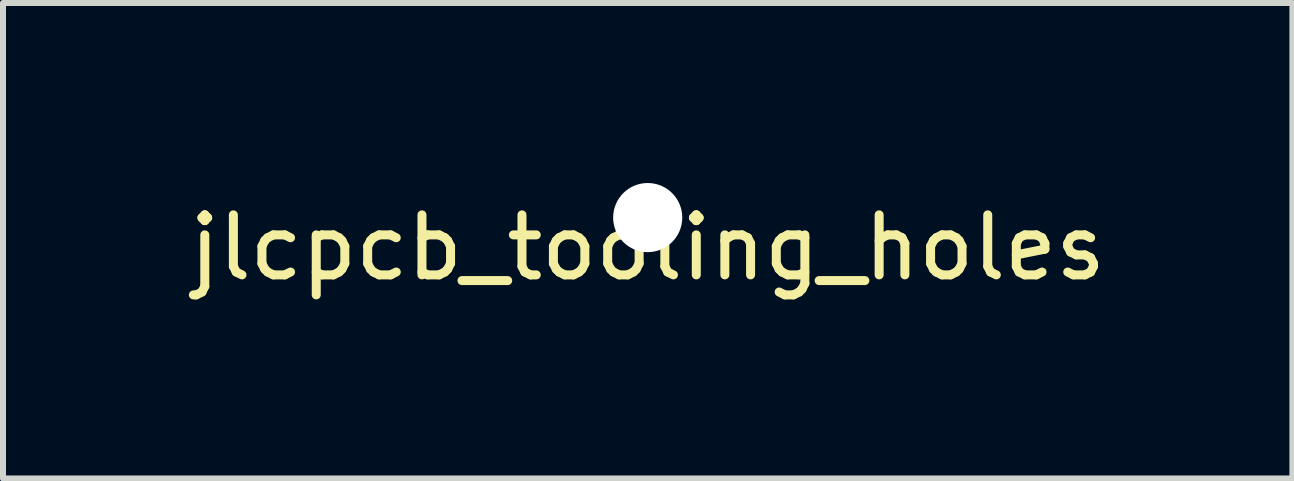
<source format=kicad_pcb>
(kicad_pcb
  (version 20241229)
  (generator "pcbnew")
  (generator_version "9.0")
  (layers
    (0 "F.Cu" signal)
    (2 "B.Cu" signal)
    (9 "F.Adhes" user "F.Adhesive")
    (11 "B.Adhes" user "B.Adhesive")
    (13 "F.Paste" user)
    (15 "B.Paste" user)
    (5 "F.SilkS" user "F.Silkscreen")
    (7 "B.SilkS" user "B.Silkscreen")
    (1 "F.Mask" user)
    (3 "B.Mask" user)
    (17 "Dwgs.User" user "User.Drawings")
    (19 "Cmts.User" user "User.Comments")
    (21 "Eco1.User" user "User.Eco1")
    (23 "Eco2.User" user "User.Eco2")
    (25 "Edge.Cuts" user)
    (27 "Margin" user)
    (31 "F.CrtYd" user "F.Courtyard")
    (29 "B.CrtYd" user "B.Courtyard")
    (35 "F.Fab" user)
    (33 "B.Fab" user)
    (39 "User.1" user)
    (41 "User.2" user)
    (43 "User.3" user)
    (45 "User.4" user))
  (footprint "jlcpcb_tooling_holes"
    (layer "F.Cu")
    (at 7.744 0.576)
    (property "Reference" "jlcpcb_tooling_holes" (at 0 0.5 0) (layer "F.SilkS") (effects (font (size 1 1) (thickness 0.15))))
    (attr through_hole)
    (pad "" np_thru_hole circle (at 0 0) (size 1.152 1.152) (drill 1.152) (layers "*.Cu")))
  (gr_rect
    (start -3 -3)
    (end 18.488 4.924)
    (stroke (width 0.1) (type default))
    (fill no)
    (layer "Edge.Cuts")))
</source>
